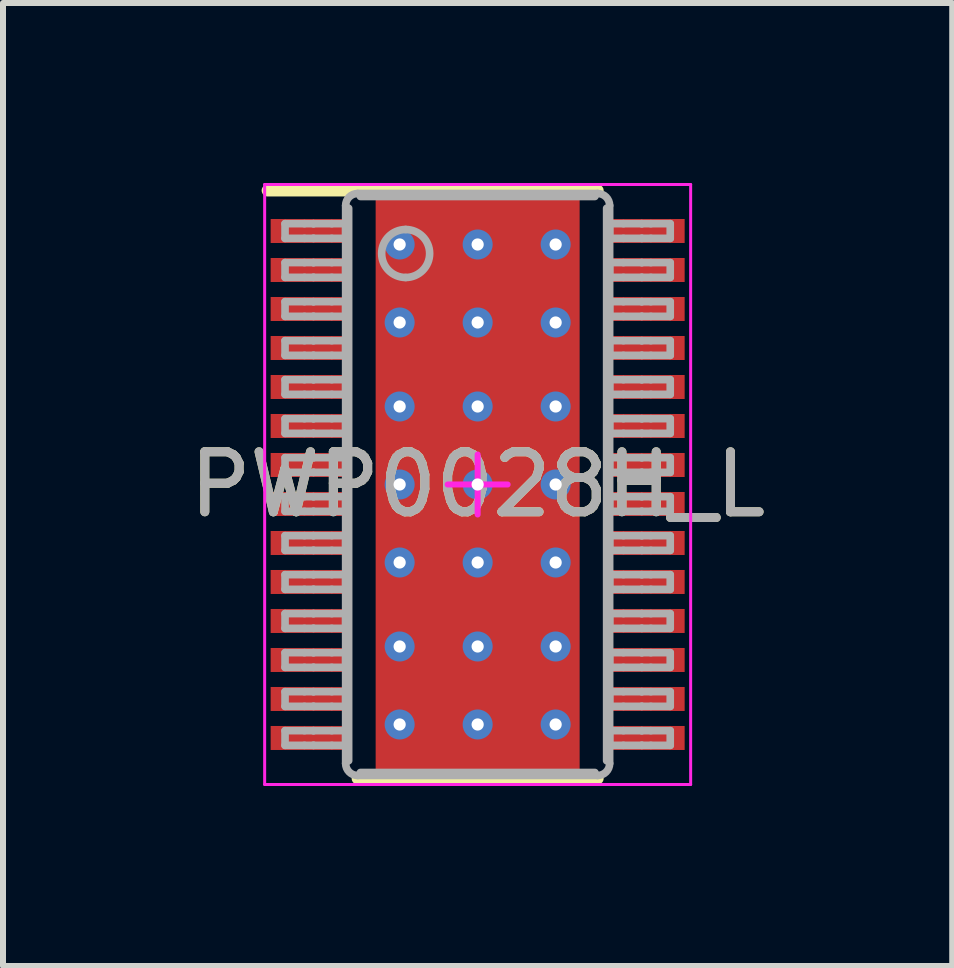
<source format=kicad_pcb>
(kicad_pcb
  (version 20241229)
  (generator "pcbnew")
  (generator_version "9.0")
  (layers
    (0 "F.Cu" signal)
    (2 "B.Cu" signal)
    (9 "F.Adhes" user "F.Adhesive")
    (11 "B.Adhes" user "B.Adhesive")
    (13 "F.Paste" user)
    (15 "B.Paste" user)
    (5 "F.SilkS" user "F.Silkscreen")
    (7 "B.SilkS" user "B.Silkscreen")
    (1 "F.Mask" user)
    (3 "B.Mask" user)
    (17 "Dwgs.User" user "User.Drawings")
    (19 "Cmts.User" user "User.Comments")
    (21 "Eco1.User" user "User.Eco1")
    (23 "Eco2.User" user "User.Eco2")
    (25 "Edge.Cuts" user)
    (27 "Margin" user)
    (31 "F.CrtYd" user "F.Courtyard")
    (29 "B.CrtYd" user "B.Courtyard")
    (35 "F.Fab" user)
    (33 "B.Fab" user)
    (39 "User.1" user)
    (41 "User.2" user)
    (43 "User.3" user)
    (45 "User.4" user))
  (footprint "PWP0028H_L"
    (layer "F.Cu")
    (at 4.911 5.025)
    (property "Reference" "PWP0028H_L" (at 0 0 0) (unlocked yes) (layer "F.SilkS") (effects (font (size 1 1) (thickness 0.15))))
    (attr smd)
    (fp_poly (pts (xy -1.17 1.473) (xy -1.17 -1.473) (xy -1.169 -1.482) (xy -1.166 -1.491) (xy -1.162 -1.499) (xy -1.156 -1.506) (xy -1.149 -1.512) (xy -1.141 -1.516) (xy -1.132 -1.519) (xy -1.123 -1.52) (xy 1.123 -1.52) (xy 1.132 -1.519) (xy 1.141 -1.516) (xy 1.149 -1.512) (xy 1.156 -1.506) (xy 1.162 -1.499) (xy 1.166 -1.491) (xy 1.169 -1.482) (xy 1.17 -1.473) (xy 1.17 1.473) (xy 1.169 1.482) (xy 1.166 1.491) (xy 1.162 1.499) (xy 1.156 1.506) (xy 1.149 1.512) (xy 1.141 1.516) (xy 1.132 1.519) (xy 1.123 1.52) (xy -1.123 1.52) (xy -1.132 1.519) (xy -1.141 1.516) (xy -1.149 1.512) (xy -1.156 1.506) (xy -1.162 1.499) (xy -1.166 1.491) (xy -1.169 1.482)) (stroke (width 0) (type solid)) (fill yes) (layer "F.Mask"))
    (fp_line (start -3.5 -4.9) (end 2 -4.9) (stroke (width 0.2) (type solid)) (layer "F.SilkS"))
    (fp_line (start -2 4.9) (end 2 4.9) (stroke (width 0.2) (type solid)) (layer "F.SilkS"))
    (fp_poly (pts (xy -1.17 1.473) (xy -1.17 -1.473) (xy -1.169 -1.482) (xy -1.166 -1.491) (xy -1.162 -1.499) (xy -1.156 -1.506) (xy -1.149 -1.512) (xy -1.141 -1.516) (xy -1.132 -1.519) (xy -1.123 -1.52) (xy 1.123 -1.52) (xy 1.132 -1.519) (xy 1.141 -1.516) (xy 1.149 -1.512) (xy 1.156 -1.506) (xy 1.162 -1.499) (xy 1.166 -1.491) (xy 1.169 -1.482) (xy 1.17 -1.473) (xy 1.17 1.473) (xy 1.169 1.482) (xy 1.166 1.491) (xy 1.162 1.499) (xy 1.156 1.506) (xy 1.149 1.512) (xy 1.141 1.516) (xy 1.132 1.519) (xy 1.123 1.52) (xy -1.123 1.52) (xy -1.132 1.519) (xy -1.141 1.516) (xy -1.149 1.512) (xy -1.156 1.506) (xy -1.162 1.499) (xy -1.166 1.491) (xy -1.169 1.482)) (stroke (width 0) (type solid)) (fill yes) (layer "F.Paste"))
    (fp_line (start -3.55 -5) (end 3.55 -5) (stroke (width 0.05) (type solid)) (layer "F.CrtYd"))
    (fp_line (start -3.55 5) (end -3.55 -5) (stroke (width 0.05) (type solid)) (layer "F.CrtYd"))
    (fp_line (start -3.55 5) (end 3.55 5) (stroke (width 0.05) (type solid)) (layer "F.CrtYd"))
    (fp_line (start -0.5 0) (end 0.5 0) (stroke (width 0.1) (type solid)) (layer "F.CrtYd"))
    (fp_line (start -0.000003 0.5) (end -0.000003 -0.5) (stroke (width 0.1) (type solid)) (layer "F.CrtYd"))
    (fp_line (start 3.55 5) (end 3.55 -5) (stroke (width 0.05) (type solid)) (layer "F.CrtYd"))
    (fp_line (start -3.21 -4.347) (end -2.887 -4.347) (stroke (width 0.127) (type solid)) (layer "F.Fab"))
    (fp_line (start -3.21 -4.102) (end -3.21 -4.347) (stroke (width 0.127) (type solid)) (layer "F.Fab"))
    (fp_line (start -3.21 -4.102) (end -2.887 -4.102) (stroke (width 0.127) (type solid)) (layer "F.Fab"))
    (fp_line (start -3.21 -3.698) (end -2.887 -3.698) (stroke (width 0.127) (type solid)) (layer "F.Fab"))
    (fp_line (start -3.21 -3.452) (end -3.21 -3.698) (stroke (width 0.127) (type solid)) (layer "F.Fab"))
    (fp_line (start -3.21 -3.452) (end -2.887 -3.452) (stroke (width 0.127) (type solid)) (layer "F.Fab"))
    (fp_line (start -3.21 -3.047) (end -2.887 -3.047) (stroke (width 0.127) (type solid)) (layer "F.Fab"))
    (fp_line (start -3.21 -2.802) (end -3.21 -3.047) (stroke (width 0.127) (type solid)) (layer "F.Fab"))
    (fp_line (start -3.21 -2.802) (end -2.887 -2.802) (stroke (width 0.127) (type solid)) (layer "F.Fab"))
    (fp_line (start -3.21 -2.397) (end -2.887 -2.397) (stroke (width 0.127) (type solid)) (layer "F.Fab"))
    (fp_line (start -3.21 -2.152) (end -3.21 -2.397) (stroke (width 0.127) (type solid)) (layer "F.Fab"))
    (fp_line (start -3.21 -2.152) (end -2.887 -2.152) (stroke (width 0.127) (type solid)) (layer "F.Fab"))
    (fp_line (start -3.21 -1.747) (end -2.887 -1.747) (stroke (width 0.127) (type solid)) (layer "F.Fab"))
    (fp_line (start -3.21 -1.502) (end -3.21 -1.747) (stroke (width 0.127) (type solid)) (layer "F.Fab"))
    (fp_line (start -3.21 -1.502) (end -2.887 -1.502) (stroke (width 0.127) (type solid)) (layer "F.Fab"))
    (fp_line (start -3.21 -1.097) (end -2.887 -1.097) (stroke (width 0.127) (type solid)) (layer "F.Fab"))
    (fp_line (start -3.21 -0.852) (end -3.21 -1.097) (stroke (width 0.127) (type solid)) (layer "F.Fab"))
    (fp_line (start -3.21 -0.852) (end -2.887 -0.852) (stroke (width 0.127) (type solid)) (layer "F.Fab"))
    (fp_line (start -3.21 -0.447) (end -2.887 -0.447) (stroke (width 0.127) (type solid)) (layer "F.Fab"))
    (fp_line (start -3.21 -0.202) (end -3.21 -0.447) (stroke (width 0.127) (type solid)) (layer "F.Fab"))
    (fp_line (start -3.21 -0.202) (end -2.887 -0.202) (stroke (width 0.127) (type solid)) (layer "F.Fab"))
    (fp_line (start -3.21 0.203) (end -2.887 0.203) (stroke (width 0.127) (type solid)) (layer "F.Fab"))
    (fp_line (start -3.21 0.448) (end -3.21 0.203) (stroke (width 0.127) (type solid)) (layer "F.Fab"))
    (fp_line (start -3.21 0.448) (end -2.887 0.448) (stroke (width 0.127) (type solid)) (layer "F.Fab"))
    (fp_line (start -3.21 0.853) (end -2.887 0.853) (stroke (width 0.127) (type solid)) (layer "F.Fab"))
    (fp_line (start -3.21 1.098) (end -3.21 0.853) (stroke (width 0.127) (type solid)) (layer "F.Fab"))
    (fp_line (start -3.21 1.098) (end -2.887 1.098) (stroke (width 0.127) (type solid)) (layer "F.Fab"))
    (fp_line (start -3.21 1.503) (end -2.887 1.503) (stroke (width 0.127) (type solid)) (layer "F.Fab"))
    (fp_line (start -3.21 1.748) (end -3.21 1.503) (stroke (width 0.127) (type solid)) (layer "F.Fab"))
    (fp_line (start -3.21 1.748) (end -2.887 1.748) (stroke (width 0.127) (type solid)) (layer "F.Fab"))
    (fp_line (start -3.21 2.152) (end -2.887 2.152) (stroke (width 0.127) (type solid)) (layer "F.Fab"))
    (fp_line (start -3.21 2.398) (end -3.21 2.152) (stroke (width 0.127) (type solid)) (layer "F.Fab"))
    (fp_line (start -3.21 2.398) (end -2.887 2.398) (stroke (width 0.127) (type solid)) (layer "F.Fab"))
    (fp_line (start -3.21 2.803) (end -2.887 2.803) (stroke (width 0.127) (type solid)) (layer "F.Fab"))
    (fp_line (start -3.21 3.048) (end -3.21 2.803) (stroke (width 0.127) (type solid)) (layer "F.Fab"))
    (fp_line (start -3.21 3.048) (end -2.887 3.048) (stroke (width 0.127) (type solid)) (layer "F.Fab"))
    (fp_line (start -3.21 3.453) (end -2.887 3.453) (stroke (width 0.127) (type solid)) (layer "F.Fab"))
    (fp_line (start -3.21 3.698) (end -3.21 3.453) (stroke (width 0.127) (type solid)) (layer "F.Fab"))
    (fp_line (start -3.21 3.698) (end -2.887 3.698) (stroke (width 0.127) (type solid)) (layer "F.Fab"))
    (fp_line (start -3.21 4.103) (end -2.887 4.103) (stroke (width 0.127) (type solid)) (layer "F.Fab"))
    (fp_line (start -3.21 4.348) (end -3.21 4.103) (stroke (width 0.127) (type solid)) (layer "F.Fab"))
    (fp_line (start -3.21 4.348) (end -2.887 4.348) (stroke (width 0.127) (type solid)) (layer "F.Fab"))
    (fp_line (start -2.887 -4.347) (end -2.739 -4.347) (stroke (width 0.127) (type solid)) (layer "F.Fab"))
    (fp_line (start -2.887 -4.102) (end -2.739 -4.102) (stroke (width 0.127) (type solid)) (layer "F.Fab"))
    (fp_line (start -2.887 -3.698) (end -2.739 -3.698) (stroke (width 0.127) (type solid)) (layer "F.Fab"))
    (fp_line (start -2.887 -3.452) (end -2.739 -3.452) (stroke (width 0.127) (type solid)) (layer "F.Fab"))
    (fp_line (start -2.887 -3.047) (end -2.739 -3.047) (stroke (width 0.127) (type solid)) (layer "F.Fab"))
    (fp_line (start -2.887 -2.802) (end -2.739 -2.802) (stroke (width 0.127) (type solid)) (layer "F.Fab"))
    (fp_line (start -2.887 -2.397) (end -2.739 -2.397) (stroke (width 0.127) (type solid)) (layer "F.Fab"))
    (fp_line (start -2.887 -2.152) (end -2.739 -2.152) (stroke (width 0.127) (type solid)) (layer "F.Fab"))
    (fp_line (start -2.887 -1.747) (end -2.739 -1.747) (stroke (width 0.127) (type solid)) (layer "F.Fab"))
    (fp_line (start -2.887 -1.502) (end -2.739 -1.502) (stroke (width 0.127) (type solid)) (layer "F.Fab"))
    (fp_line (start -2.887 -1.097) (end -2.739 -1.097) (stroke (width 0.127) (type solid)) (layer "F.Fab"))
    (fp_line (start -2.887 -0.852) (end -2.739 -0.852) (stroke (width 0.127) (type solid)) (layer "F.Fab"))
    (fp_line (start -2.887 -0.447) (end -2.739 -0.447) (stroke (width 0.127) (type solid)) (layer "F.Fab"))
    (fp_line (start -2.887 -0.202) (end -2.739 -0.202) (stroke (width 0.127) (type solid)) (layer "F.Fab"))
    (fp_line (start -2.887 0.203) (end -2.739 0.203) (stroke (width 0.127) (type solid)) (layer "F.Fab"))
    (fp_line (start -2.887 0.448) (end -2.739 0.448) (stroke (width 0.127) (type solid)) (layer "F.Fab"))
    (fp_line (start -2.887 0.853) (end -2.739 0.853) (stroke (width 0.127) (type solid)) (layer "F.Fab"))
    (fp_line (start -2.887 1.098) (end -2.739 1.098) (stroke (width 0.127) (type solid)) (layer "F.Fab"))
    (fp_line (start -2.887 1.503) (end -2.739 1.503) (stroke (width 0.127) (type solid)) (layer "F.Fab"))
    (fp_line (start -2.887 1.748) (end -2.739 1.748) (stroke (width 0.127) (type solid)) (layer "F.Fab"))
    (fp_line (start -2.887 2.152) (end -2.739 2.152) (stroke (width 0.127) (type solid)) (layer "F.Fab"))
    (fp_line (start -2.887 2.398) (end -2.739 2.398) (stroke (width 0.127) (type solid)) (layer "F.Fab"))
    (fp_line (start -2.887 2.803) (end -2.739 2.803) (stroke (width 0.127) (type solid)) (layer "F.Fab"))
    (fp_line (start -2.887 3.048) (end -2.739 3.048) (stroke (width 0.127) (type solid)) (layer "F.Fab"))
    (fp_line (start -2.887 3.453) (end -2.739 3.453) (stroke (width 0.127) (type solid)) (layer "F.Fab"))
    (fp_line (start -2.887 3.698) (end -2.739 3.698) (stroke (width 0.127) (type solid)) (layer "F.Fab"))
    (fp_line (start -2.887 4.103) (end -2.739 4.103) (stroke (width 0.127) (type solid)) (layer "F.Fab"))
    (fp_line (start -2.887 4.348) (end -2.739 4.348) (stroke (width 0.127) (type solid)) (layer "F.Fab"))
    (fp_line (start -2.739 -4.347) (end -2.733 -4.347) (stroke (width 0.127) (type solid)) (layer "F.Fab"))
    (fp_line (start -2.739 -4.102) (end -2.733 -4.102) (stroke (width 0.127) (type solid)) (layer "F.Fab"))
    (fp_line (start -2.739 -3.698) (end -2.733 -3.698) (stroke (width 0.127) (type solid)) (layer "F.Fab"))
    (fp_line (start -2.739 -3.452) (end -2.733 -3.452) (stroke (width 0.127) (type solid)) (layer "F.Fab"))
    (fp_line (start -2.739 -3.047) (end -2.733 -3.047) (stroke (width 0.127) (type solid)) (layer "F.Fab"))
    (fp_line (start -2.739 -2.802) (end -2.733 -2.802) (stroke (width 0.127) (type solid)) (layer "F.Fab"))
    (fp_line (start -2.739 -2.397) (end -2.733 -2.397) (stroke (width 0.127) (type solid)) (layer "F.Fab"))
    (fp_line (start -2.739 -2.152) (end -2.733 -2.152) (stroke (width 0.127) (type solid)) (layer "F.Fab"))
    (fp_line (start -2.739 -1.747) (end -2.733 -1.747) (stroke (width 0.127) (type solid)) (layer "F.Fab"))
    (fp_line (start -2.739 -1.502) (end -2.733 -1.502) (stroke (width 0.127) (type solid)) (layer "F.Fab"))
    (fp_line (start -2.739 -1.097) (end -2.733 -1.097) (stroke (width 0.127) (type solid)) (layer "F.Fab"))
    (fp_line (start -2.739 -0.852) (end -2.733 -0.852) (stroke (width 0.127) (type solid)) (layer "F.Fab"))
    (fp_line (start -2.739 -0.447) (end -2.733 -0.447) (stroke (width 0.127) (type solid)) (layer "F.Fab"))
    (fp_line (start -2.739 -0.202) (end -2.733 -0.202) (stroke (width 0.127) (type solid)) (layer "F.Fab"))
    (fp_line (start -2.739 0.203) (end -2.733 0.203) (stroke (width 0.127) (type solid)) (layer "F.Fab"))
    (fp_line (start -2.739 0.448) (end -2.733 0.448) (stroke (width 0.127) (type solid)) (layer "F.Fab"))
    (fp_line (start -2.739 0.853) (end -2.733 0.853) (stroke (width 0.127) (type solid)) (layer "F.Fab"))
    (fp_line (start -2.739 1.098) (end -2.733 1.098) (stroke (width 0.127) (type solid)) (layer "F.Fab"))
    (fp_line (start -2.739 1.503) (end -2.733 1.503) (stroke (width 0.127) (type solid)) (layer "F.Fab"))
    (fp_line (start -2.739 1.748) (end -2.733 1.748) (stroke (width 0.127) (type solid)) (layer "F.Fab"))
    (fp_line (start -2.739 2.152) (end -2.733 2.152) (stroke (width 0.127) (type solid)) (layer "F.Fab"))
    (fp_line (start -2.739 2.398) (end -2.733 2.398) (stroke (width 0.127) (type solid)) (layer "F.Fab"))
    (fp_line (start -2.739 2.803) (end -2.733 2.803) (stroke (width 0.127) (type solid)) (layer "F.Fab"))
    (fp_line (start -2.739 3.048) (end -2.733 3.048) (stroke (width 0.127) (type solid)) (layer "F.Fab"))
    (fp_line (start -2.739 3.453) (end -2.733 3.453) (stroke (width 0.127) (type solid)) (layer "F.Fab"))
    (fp_line (start -2.739 3.698) (end -2.733 3.698) (stroke (width 0.127) (type solid)) (layer "F.Fab"))
    (fp_line (start -2.739 4.103) (end -2.733 4.103) (stroke (width 0.127) (type solid)) (layer "F.Fab"))
    (fp_line (start -2.739 4.348) (end -2.733 4.348) (stroke (width 0.127) (type solid)) (layer "F.Fab"))
    (fp_line (start -2.733 -4.347) (end -2.431 -4.347) (stroke (width 0.127) (type solid)) (layer "F.Fab"))
    (fp_line (start -2.733 -4.102) (end -2.431 -4.102) (stroke (width 0.127) (type solid)) (layer "F.Fab"))
    (fp_line (start -2.733 -3.698) (end -2.431 -3.698) (stroke (width 0.127) (type solid)) (layer "F.Fab"))
    (fp_line (start -2.733 -3.452) (end -2.431 -3.452) (stroke (width 0.127) (type solid)) (layer "F.Fab"))
    (fp_line (start -2.733 -3.047) (end -2.431 -3.047) (stroke (width 0.127) (type solid)) (layer "F.Fab"))
    (fp_line (start -2.733 -2.802) (end -2.431 -2.802) (stroke (width 0.127) (type solid)) (layer "F.Fab"))
    (fp_line (start -2.733 -2.397) (end -2.431 -2.397) (stroke (width 0.127) (type solid)) (layer "F.Fab"))
    (fp_line (start -2.733 -2.152) (end -2.431 -2.152) (stroke (width 0.127) (type solid)) (layer "F.Fab"))
    (fp_line (start -2.733 -1.747) (end -2.431 -1.747) (stroke (width 0.127) (type solid)) (layer "F.Fab"))
    (fp_line (start -2.733 -1.502) (end -2.431 -1.502) (stroke (width 0.127) (type solid)) (layer "F.Fab"))
    (fp_line (start -2.733 -1.097) (end -2.431 -1.097) (stroke (width 0.127) (type solid)) (layer "F.Fab"))
    (fp_line (start -2.733 -0.852) (end -2.431 -0.852) (stroke (width 0.127) (type solid)) (layer "F.Fab"))
    (fp_line (start -2.733 -0.447) (end -2.431 -0.447) (stroke (width 0.127) (type solid)) (layer "F.Fab"))
    (fp_line (start -2.733 -0.202) (end -2.431 -0.202) (stroke (width 0.127) (type solid)) (layer "F.Fab"))
    (fp_line (start -2.733 0.203) (end -2.431 0.203) (stroke (width 0.127) (type solid)) (layer "F.Fab"))
    (fp_line (start -2.733 0.448) (end -2.431 0.448) (stroke (width 0.127) (type solid)) (layer "F.Fab"))
    (fp_line (start -2.733 0.853) (end -2.431 0.853) (stroke (width 0.127) (type solid)) (layer "F.Fab"))
    (fp_line (start -2.733 1.098) (end -2.431 1.098) (stroke (width 0.127) (type solid)) (layer "F.Fab"))
    (fp_line (start -2.733 1.503) (end -2.431 1.503) (stroke (width 0.127) (type solid)) (layer "F.Fab"))
    (fp_line (start -2.733 1.748) (end -2.431 1.748) (stroke (width 0.127) (type solid)) (layer "F.Fab"))
    (fp_line (start -2.733 2.152) (end -2.431 2.152) (stroke (width 0.127) (type solid)) (layer "F.Fab"))
    (fp_line (start -2.733 2.398) (end -2.431 2.398) (stroke (width 0.127) (type solid)) (layer "F.Fab"))
    (fp_line (start -2.733 2.803) (end -2.431 2.803) (stroke (width 0.127) (type solid)) (layer "F.Fab"))
    (fp_line (start -2.733 3.048) (end -2.431 3.048) (stroke (width 0.127) (type solid)) (layer "F.Fab"))
    (fp_line (start -2.733 3.453) (end -2.431 3.453) (stroke (width 0.127) (type solid)) (layer "F.Fab"))
    (fp_line (start -2.733 3.698) (end -2.431 3.698) (stroke (width 0.127) (type solid)) (layer "F.Fab"))
    (fp_line (start -2.733 4.103) (end -2.431 4.103) (stroke (width 0.127) (type solid)) (layer "F.Fab"))
    (fp_line (start -2.733 4.348) (end -2.431 4.348) (stroke (width 0.127) (type solid)) (layer "F.Fab"))
    (fp_line (start -2.431 -4.347) (end -2.2 -4.347) (stroke (width 0.127) (type solid)) (layer "F.Fab"))
    (fp_line (start -2.431 -4.102) (end -2.2 -4.102) (stroke (width 0.127) (type solid)) (layer "F.Fab"))
    (fp_line (start -2.431 -3.698) (end -2.2 -3.698) (stroke (width 0.127) (type solid)) (layer "F.Fab"))
    (fp_line (start -2.431 -3.452) (end -2.2 -3.452) (stroke (width 0.127) (type solid)) (layer "F.Fab"))
    (fp_line (start -2.431 -3.047) (end -2.2 -3.047) (stroke (width 0.127) (type solid)) (layer "F.Fab"))
    (fp_line (start -2.431 -2.802) (end -2.2 -2.802) (stroke (width 0.127) (type solid)) (layer "F.Fab"))
    (fp_line (start -2.431 -2.397) (end -2.2 -2.397) (stroke (width 0.127) (type solid)) (layer "F.Fab"))
    (fp_line (start -2.431 -2.152) (end -2.2 -2.152) (stroke (width 0.127) (type solid)) (layer "F.Fab"))
    (fp_line (start -2.431 -1.747) (end -2.2 -1.747) (stroke (width 0.127) (type solid)) (layer "F.Fab"))
    (fp_line (start -2.431 -1.502) (end -2.2 -1.502) (stroke (width 0.127) (type solid)) (layer "F.Fab"))
    (fp_line (start -2.431 -1.097) (end -2.2 -1.097) (stroke (width 0.127) (type solid)) (layer "F.Fab"))
    (fp_line (start -2.431 -0.852) (end -2.2 -0.852) (stroke (width 0.127) (type solid)) (layer "F.Fab"))
    (fp_line (start -2.431 -0.447) (end -2.2 -0.447) (stroke (width 0.127) (type solid)) (layer "F.Fab"))
    (fp_line (start -2.431 -0.202) (end -2.2 -0.202) (stroke (width 0.127) (type solid)) (layer "F.Fab"))
    (fp_line (start -2.431 0.203) (end -2.2 0.203) (stroke (width 0.127) (type solid)) (layer "F.Fab"))
    (fp_line (start -2.431 0.448) (end -2.2 0.448) (stroke (width 0.127) (type solid)) (layer "F.Fab"))
    (fp_line (start -2.431 0.853) (end -2.2 0.853) (stroke (width 0.127) (type solid)) (layer "F.Fab"))
    (fp_line (start -2.431 1.098) (end -2.2 1.098) (stroke (width 0.127) (type solid)) (layer "F.Fab"))
    (fp_line (start -2.431 1.503) (end -2.2 1.503) (stroke (width 0.127) (type solid)) (layer "F.Fab"))
    (fp_line (start -2.431 1.748) (end -2.2 1.748) (stroke (width 0.127) (type solid)) (layer "F.Fab"))
    (fp_line (start -2.431 2.152) (end -2.2 2.152) (stroke (width 0.127) (type solid)) (layer "F.Fab"))
    (fp_line (start -2.431 2.398) (end -2.2 2.398) (stroke (width 0.127) (type solid)) (layer "F.Fab"))
    (fp_line (start -2.431 2.803) (end -2.2 2.803) (stroke (width 0.127) (type solid)) (layer "F.Fab"))
    (fp_line (start -2.431 3.048) (end -2.2 3.048) (stroke (width 0.127) (type solid)) (layer "F.Fab"))
    (fp_line (start -2.431 3.453) (end -2.2 3.453) (stroke (width 0.127) (type solid)) (layer "F.Fab"))
    (fp_line (start -2.431 3.698) (end -2.2 3.698) (stroke (width 0.127) (type solid)) (layer "F.Fab"))
    (fp_line (start -2.431 4.103) (end -2.2 4.103) (stroke (width 0.127) (type solid)) (layer "F.Fab"))
    (fp_line (start -2.431 4.348) (end -2.2 4.348) (stroke (width 0.127) (type solid)) (layer "F.Fab"))
    (fp_line (start -2.2 -4.102) (end -2.2 -4.347) (stroke (width 0.127) (type solid)) (layer "F.Fab"))
    (fp_line (start -2.2 -3.452) (end -2.2 -3.698) (stroke (width 0.127) (type solid)) (layer "F.Fab"))
    (fp_line (start -2.2 -2.802) (end -2.2 -3.047) (stroke (width 0.127) (type solid)) (layer "F.Fab"))
    (fp_line (start -2.2 -2.152) (end -2.2 -2.397) (stroke (width 0.127) (type solid)) (layer "F.Fab"))
    (fp_line (start -2.2 -1.502) (end -2.2 -1.747) (stroke (width 0.127) (type solid)) (layer "F.Fab"))
    (fp_line (start -2.2 -0.852) (end -2.2 -1.097) (stroke (width 0.127) (type solid)) (layer "F.Fab"))
    (fp_line (start -2.2 -0.202) (end -2.2 -0.447) (stroke (width 0.127) (type solid)) (layer "F.Fab"))
    (fp_line (start -2.2 0.448) (end -2.2 0.203) (stroke (width 0.127) (type solid)) (layer "F.Fab"))
    (fp_line (start -2.2 1.098) (end -2.2 0.853) (stroke (width 0.127) (type solid)) (layer "F.Fab"))
    (fp_line (start -2.2 1.748) (end -2.2 1.503) (stroke (width 0.127) (type solid)) (layer "F.Fab"))
    (fp_line (start -2.2 2.398) (end -2.2 2.152) (stroke (width 0.127) (type solid)) (layer "F.Fab"))
    (fp_line (start -2.2 3.048) (end -2.2 2.803) (stroke (width 0.127) (type solid)) (layer "F.Fab"))
    (fp_line (start -2.2 3.698) (end -2.2 3.453) (stroke (width 0.127) (type solid)) (layer "F.Fab"))
    (fp_line (start -2.2 4.348) (end -2.2 4.103) (stroke (width 0.127) (type solid)) (layer "F.Fab"))
    (fp_line (start -2.2 4.65) (end -2.2 -4.65) (stroke (width 0.127) (type solid)) (layer "F.Fab"))
    (fp_line (start -2.15 4.604) (end -2.15 -4.604) (stroke (width 0.127) (type solid)) (layer "F.Fab"))
    (fp_line (start -2 -4.85) (end 2 -4.85) (stroke (width 0.127) (type solid)) (layer "F.Fab"))
    (fp_line (start -2 4.85) (end 2 4.85) (stroke (width 0.127) (type solid)) (layer "F.Fab"))
    (fp_line (start -1.954 -4.8) (end 1.954 -4.8) (stroke (width 0.127) (type solid)) (layer "F.Fab"))
    (fp_line (start -1.954 4.8) (end 1.954 4.8) (stroke (width 0.127) (type solid)) (layer "F.Fab"))
    (fp_line (start 2.15 4.604) (end 2.15 -4.604) (stroke (width 0.127) (type solid)) (layer "F.Fab"))
    (fp_line (start 2.2 -4.347) (end 2.43 -4.347) (stroke (width 0.127) (type solid)) (layer "F.Fab"))
    (fp_line (start 2.2 -4.102) (end 2.2 -4.347) (stroke (width 0.127) (type solid)) (layer "F.Fab"))
    (fp_line (start 2.2 -4.102) (end 2.43 -4.102) (stroke (width 0.127) (type solid)) (layer "F.Fab"))
    (fp_line (start 2.2 -3.698) (end 2.43 -3.698) (stroke (width 0.127) (type solid)) (layer "F.Fab"))
    (fp_line (start 2.2 -3.452) (end 2.2 -3.698) (stroke (width 0.127) (type solid)) (layer "F.Fab"))
    (fp_line (start 2.2 -3.452) (end 2.43 -3.452) (stroke (width 0.127) (type solid)) (layer "F.Fab"))
    (fp_line (start 2.2 -3.047) (end 2.43 -3.047) (stroke (width 0.127) (type solid)) (layer "F.Fab"))
    (fp_line (start 2.2 -2.802) (end 2.2 -3.047) (stroke (width 0.127) (type solid)) (layer "F.Fab"))
    (fp_line (start 2.2 -2.802) (end 2.43 -2.802) (stroke (width 0.127) (type solid)) (layer "F.Fab"))
    (fp_line (start 2.2 -2.397) (end 2.43 -2.397) (stroke (width 0.127) (type solid)) (layer "F.Fab"))
    (fp_line (start 2.2 -2.152) (end 2.2 -2.397) (stroke (width 0.127) (type solid)) (layer "F.Fab"))
    (fp_line (start 2.2 -2.152) (end 2.43 -2.152) (stroke (width 0.127) (type solid)) (layer "F.Fab"))
    (fp_line (start 2.2 -1.747) (end 2.43 -1.747) (stroke (width 0.127) (type solid)) (layer "F.Fab"))
    (fp_line (start 2.2 -1.502) (end 2.2 -1.747) (stroke (width 0.127) (type solid)) (layer "F.Fab"))
    (fp_line (start 2.2 -1.502) (end 2.43 -1.502) (stroke (width 0.127) (type solid)) (layer "F.Fab"))
    (fp_line (start 2.2 -1.097) (end 2.43 -1.097) (stroke (width 0.127) (type solid)) (layer "F.Fab"))
    (fp_line (start 2.2 -0.852) (end 2.2 -1.097) (stroke (width 0.127) (type solid)) (layer "F.Fab"))
    (fp_line (start 2.2 -0.852) (end 2.43 -0.852) (stroke (width 0.127) (type solid)) (layer "F.Fab"))
    (fp_line (start 2.2 -0.447) (end 2.43 -0.447) (stroke (width 0.127) (type solid)) (layer "F.Fab"))
    (fp_line (start 2.2 -0.202) (end 2.2 -0.447) (stroke (width 0.127) (type solid)) (layer "F.Fab"))
    (fp_line (start 2.2 -0.202) (end 2.43 -0.202) (stroke (width 0.127) (type solid)) (layer "F.Fab"))
    (fp_line (start 2.2 0.203) (end 2.43 0.203) (stroke (width 0.127) (type solid)) (layer "F.Fab"))
    (fp_line (start 2.2 0.448) (end 2.2 0.203) (stroke (width 0.127) (type solid)) (layer "F.Fab"))
    (fp_line (start 2.2 0.448) (end 2.43 0.448) (stroke (width 0.127) (type solid)) (layer "F.Fab"))
    (fp_line (start 2.2 0.853) (end 2.43 0.853) (stroke (width 0.127) (type solid)) (layer "F.Fab"))
    (fp_line (start 2.2 1.098) (end 2.2 0.853) (stroke (width 0.127) (type solid)) (layer "F.Fab"))
    (fp_line (start 2.2 1.098) (end 2.43 1.098) (stroke (width 0.127) (type solid)) (layer "F.Fab"))
    (fp_line (start 2.2 1.503) (end 2.43 1.503) (stroke (width 0.127) (type solid)) (layer "F.Fab"))
    (fp_line (start 2.2 1.748) (end 2.2 1.503) (stroke (width 0.127) (type solid)) (layer "F.Fab"))
    (fp_line (start 2.2 1.748) (end 2.43 1.748) (stroke (width 0.127) (type solid)) (layer "F.Fab"))
    (fp_line (start 2.2 2.152) (end 2.43 2.152) (stroke (width 0.127) (type solid)) (layer "F.Fab"))
    (fp_line (start 2.2 2.398) (end 2.2 2.152) (stroke (width 0.127) (type solid)) (layer "F.Fab"))
    (fp_line (start 2.2 2.398) (end 2.43 2.398) (stroke (width 0.127) (type solid)) (layer "F.Fab"))
    (fp_line (start 2.2 2.803) (end 2.43 2.803) (stroke (width 0.127) (type solid)) (layer "F.Fab"))
    (fp_line (start 2.2 3.048) (end 2.2 2.803) (stroke (width 0.127) (type solid)) (layer "F.Fab"))
    (fp_line (start 2.2 3.048) (end 2.43 3.048) (stroke (width 0.127) (type solid)) (layer "F.Fab"))
    (fp_line (start 2.2 3.453) (end 2.43 3.453) (stroke (width 0.127) (type solid)) (layer "F.Fab"))
    (fp_line (start 2.2 3.698) (end 2.2 3.453) (stroke (width 0.127) (type solid)) (layer "F.Fab"))
    (fp_line (start 2.2 3.698) (end 2.43 3.698) (stroke (width 0.127) (type solid)) (layer "F.Fab"))
    (fp_line (start 2.2 4.103) (end 2.43 4.103) (stroke (width 0.127) (type solid)) (layer "F.Fab"))
    (fp_line (start 2.2 4.348) (end 2.2 4.103) (stroke (width 0.127) (type solid)) (layer "F.Fab"))
    (fp_line (start 2.2 4.348) (end 2.43 4.348) (stroke (width 0.127) (type solid)) (layer "F.Fab"))
    (fp_line (start 2.2 4.65) (end 2.2 -4.65) (stroke (width 0.127) (type solid)) (layer "F.Fab"))
    (fp_line (start 2.43 -4.347) (end 2.733 -4.347) (stroke (width 0.127) (type solid)) (layer "F.Fab"))
    (fp_line (start 2.43 -4.102) (end 2.733 -4.102) (stroke (width 0.127) (type solid)) (layer "F.Fab"))
    (fp_line (start 2.43 -3.698) (end 2.733 -3.698) (stroke (width 0.127) (type solid)) (layer "F.Fab"))
    (fp_line (start 2.43 -3.452) (end 2.733 -3.452) (stroke (width 0.127) (type solid)) (layer "F.Fab"))
    (fp_line (start 2.43 -3.047) (end 2.733 -3.047) (stroke (width 0.127) (type solid)) (layer "F.Fab"))
    (fp_line (start 2.43 -2.802) (end 2.733 -2.802) (stroke (width 0.127) (type solid)) (layer "F.Fab"))
    (fp_line (start 2.43 -2.397) (end 2.733 -2.397) (stroke (width 0.127) (type solid)) (layer "F.Fab"))
    (fp_line (start 2.43 -2.152) (end 2.733 -2.152) (stroke (width 0.127) (type solid)) (layer "F.Fab"))
    (fp_line (start 2.43 -1.747) (end 2.733 -1.747) (stroke (width 0.127) (type solid)) (layer "F.Fab"))
    (fp_line (start 2.43 -1.502) (end 2.733 -1.502) (stroke (width 0.127) (type solid)) (layer "F.Fab"))
    (fp_line (start 2.43 -1.097) (end 2.733 -1.097) (stroke (width 0.127) (type solid)) (layer "F.Fab"))
    (fp_line (start 2.43 -0.852) (end 2.733 -0.852) (stroke (width 0.127) (type solid)) (layer "F.Fab"))
    (fp_line (start 2.43 -0.447) (end 2.733 -0.447) (stroke (width 0.127) (type solid)) (layer "F.Fab"))
    (fp_line (start 2.43 -0.202) (end 2.733 -0.202) (stroke (width 0.127) (type solid)) (layer "F.Fab"))
    (fp_line (start 2.43 0.203) (end 2.733 0.203) (stroke (width 0.127) (type solid)) (layer "F.Fab"))
    (fp_line (start 2.43 0.448) (end 2.733 0.448) (stroke (width 0.127) (type solid)) (layer "F.Fab"))
    (fp_line (start 2.43 0.853) (end 2.733 0.853) (stroke (width 0.127) (type solid)) (layer "F.Fab"))
    (fp_line (start 2.43 1.098) (end 2.733 1.098) (stroke (width 0.127) (type solid)) (layer "F.Fab"))
    (fp_line (start 2.43 1.503) (end 2.733 1.503) (stroke (width 0.127) (type solid)) (layer "F.Fab"))
    (fp_line (start 2.43 1.748) (end 2.733 1.748) (stroke (width 0.127) (type solid)) (layer "F.Fab"))
    (fp_line (start 2.43 2.152) (end 2.733 2.152) (stroke (width 0.127) (type solid)) (layer "F.Fab"))
    (fp_line (start 2.43 2.398) (end 2.733 2.398) (stroke (width 0.127) (type solid)) (layer "F.Fab"))
    (fp_line (start 2.43 2.803) (end 2.733 2.803) (stroke (width 0.127) (type solid)) (layer "F.Fab"))
    (fp_line (start 2.43 3.048) (end 2.733 3.048) (stroke (width 0.127) (type solid)) (layer "F.Fab"))
    (fp_line (start 2.43 3.453) (end 2.733 3.453) (stroke (width 0.127) (type solid)) (layer "F.Fab"))
    (fp_line (start 2.43 3.698) (end 2.733 3.698) (stroke (width 0.127) (type solid)) (layer "F.Fab"))
    (fp_line (start 2.43 4.103) (end 2.733 4.103) (stroke (width 0.127) (type solid)) (layer "F.Fab"))
    (fp_line (start 2.43 4.348) (end 2.733 4.348) (stroke (width 0.127) (type solid)) (layer "F.Fab"))
    (fp_line (start 2.733 -4.347) (end 2.739 -4.347) (stroke (width 0.127) (type solid)) (layer "F.Fab"))
    (fp_line (start 2.733 -4.102) (end 2.739 -4.102) (stroke (width 0.127) (type solid)) (layer "F.Fab"))
    (fp_line (start 2.733 -3.698) (end 2.739 -3.698) (stroke (width 0.127) (type solid)) (layer "F.Fab"))
    (fp_line (start 2.733 -3.452) (end 2.739 -3.452) (stroke (width 0.127) (type solid)) (layer "F.Fab"))
    (fp_line (start 2.733 -3.047) (end 2.739 -3.047) (stroke (width 0.127) (type solid)) (layer "F.Fab"))
    (fp_line (start 2.733 -2.802) (end 2.739 -2.802) (stroke (width 0.127) (type solid)) (layer "F.Fab"))
    (fp_line (start 2.733 -2.397) (end 2.739 -2.397) (stroke (width 0.127) (type solid)) (layer "F.Fab"))
    (fp_line (start 2.733 -2.152) (end 2.739 -2.152) (stroke (width 0.127) (type solid)) (layer "F.Fab"))
    (fp_line (start 2.733 -1.747) (end 2.739 -1.747) (stroke (width 0.127) (type solid)) (layer "F.Fab"))
    (fp_line (start 2.733 -1.502) (end 2.739 -1.502) (stroke (width 0.127) (type solid)) (layer "F.Fab"))
    (fp_line (start 2.733 -1.097) (end 2.739 -1.097) (stroke (width 0.127) (type solid)) (layer "F.Fab"))
    (fp_line (start 2.733 -0.852) (end 2.739 -0.852) (stroke (width 0.127) (type solid)) (layer "F.Fab"))
    (fp_line (start 2.733 -0.447) (end 2.739 -0.447) (stroke (width 0.127) (type solid)) (layer "F.Fab"))
    (fp_line (start 2.733 -0.202) (end 2.739 -0.202) (stroke (width 0.127) (type solid)) (layer "F.Fab"))
    (fp_line (start 2.733 0.203) (end 2.739 0.203) (stroke (width 0.127) (type solid)) (layer "F.Fab"))
    (fp_line (start 2.733 0.448) (end 2.739 0.448) (stroke (width 0.127) (type solid)) (layer "F.Fab"))
    (fp_line (start 2.733 0.853) (end 2.739 0.853) (stroke (width 0.127) (type solid)) (layer "F.Fab"))
    (fp_line (start 2.733 1.098) (end 2.739 1.098) (stroke (width 0.127) (type solid)) (layer "F.Fab"))
    (fp_line (start 2.733 1.503) (end 2.739 1.503) (stroke (width 0.127) (type solid)) (layer "F.Fab"))
    (fp_line (start 2.733 1.748) (end 2.739 1.748) (stroke (width 0.127) (type solid)) (layer "F.Fab"))
    (fp_line (start 2.733 2.152) (end 2.739 2.152) (stroke (width 0.127) (type solid)) (layer "F.Fab"))
    (fp_line (start 2.733 2.398) (end 2.739 2.398) (stroke (width 0.127) (type solid)) (layer "F.Fab"))
    (fp_line (start 2.733 2.803) (end 2.739 2.803) (stroke (width 0.127) (type solid)) (layer "F.Fab"))
    (fp_line (start 2.733 3.048) (end 2.739 3.048) (stroke (width 0.127) (type solid)) (layer "F.Fab"))
    (fp_line (start 2.733 3.453) (end 2.739 3.453) (stroke (width 0.127) (type solid)) (layer "F.Fab"))
    (fp_line (start 2.733 3.698) (end 2.739 3.698) (stroke (width 0.127) (type solid)) (layer "F.Fab"))
    (fp_line (start 2.733 4.103) (end 2.739 4.103) (stroke (width 0.127) (type solid)) (layer "F.Fab"))
    (fp_line (start 2.733 4.348) (end 2.739 4.348) (stroke (width 0.127) (type solid)) (layer "F.Fab"))
    (fp_line (start 2.739 -4.347) (end 2.887 -4.347) (stroke (width 0.127) (type solid)) (layer "F.Fab"))
    (fp_line (start 2.739 -4.102) (end 2.887 -4.102) (stroke (width 0.127) (type solid)) (layer "F.Fab"))
    (fp_line (start 2.739 -3.698) (end 2.887 -3.698) (stroke (width 0.127) (type solid)) (layer "F.Fab"))
    (fp_line (start 2.739 -3.452) (end 2.887 -3.452) (stroke (width 0.127) (type solid)) (layer "F.Fab"))
    (fp_line (start 2.739 -3.047) (end 2.887 -3.047) (stroke (width 0.127) (type solid)) (layer "F.Fab"))
    (fp_line (start 2.739 -2.802) (end 2.887 -2.802) (stroke (width 0.127) (type solid)) (layer "F.Fab"))
    (fp_line (start 2.739 -2.397) (end 2.887 -2.397) (stroke (width 0.127) (type solid)) (layer "F.Fab"))
    (fp_line (start 2.739 -2.152) (end 2.887 -2.152) (stroke (width 0.127) (type solid)) (layer "F.Fab"))
    (fp_line (start 2.739 -1.747) (end 2.887 -1.747) (stroke (width 0.127) (type solid)) (layer "F.Fab"))
    (fp_line (start 2.739 -1.502) (end 2.887 -1.502) (stroke (width 0.127) (type solid)) (layer "F.Fab"))
    (fp_line (start 2.739 -1.097) (end 2.887 -1.097) (stroke (width 0.127) (type solid)) (layer "F.Fab"))
    (fp_line (start 2.739 -0.852) (end 2.887 -0.852) (stroke (width 0.127) (type solid)) (layer "F.Fab"))
    (fp_line (start 2.739 -0.447) (end 2.887 -0.447) (stroke (width 0.127) (type solid)) (layer "F.Fab"))
    (fp_line (start 2.739 -0.202) (end 2.887 -0.202) (stroke (width 0.127) (type solid)) (layer "F.Fab"))
    (fp_line (start 2.739 0.203) (end 2.887 0.203) (stroke (width 0.127) (type solid)) (layer "F.Fab"))
    (fp_line (start 2.739 0.448) (end 2.887 0.448) (stroke (width 0.127) (type solid)) (layer "F.Fab"))
    (fp_line (start 2.739 0.853) (end 2.887 0.853) (stroke (width 0.127) (type solid)) (layer "F.Fab"))
    (fp_line (start 2.739 1.098) (end 2.887 1.098) (stroke (width 0.127) (type solid)) (layer "F.Fab"))
    (fp_line (start 2.739 1.503) (end 2.887 1.503) (stroke (width 0.127) (type solid)) (layer "F.Fab"))
    (fp_line (start 2.739 1.748) (end 2.887 1.748) (stroke (width 0.127) (type solid)) (layer "F.Fab"))
    (fp_line (start 2.739 2.152) (end 2.887 2.152) (stroke (width 0.127) (type solid)) (layer "F.Fab"))
    (fp_line (start 2.739 2.398) (end 2.887 2.398) (stroke (width 0.127) (type solid)) (layer "F.Fab"))
    (fp_line (start 2.739 2.803) (end 2.887 2.803) (stroke (width 0.127) (type solid)) (layer "F.Fab"))
    (fp_line (start 2.739 3.048) (end 2.887 3.048) (stroke (width 0.127) (type solid)) (layer "F.Fab"))
    (fp_line (start 2.739 3.453) (end 2.887 3.453) (stroke (width 0.127) (type solid)) (layer "F.Fab"))
    (fp_line (start 2.739 3.698) (end 2.887 3.698) (stroke (width 0.127) (type solid)) (layer "F.Fab"))
    (fp_line (start 2.739 4.103) (end 2.887 4.103) (stroke (width 0.127) (type solid)) (layer "F.Fab"))
    (fp_line (start 2.739 4.348) (end 2.887 4.348) (stroke (width 0.127) (type solid)) (layer "F.Fab"))
    (fp_line (start 2.887 -4.347) (end 3.21 -4.347) (stroke (width 0.127) (type solid)) (layer "F.Fab"))
    (fp_line (start 2.887 -4.102) (end 3.21 -4.102) (stroke (width 0.127) (type solid)) (layer "F.Fab"))
    (fp_line (start 2.887 -3.698) (end 3.21 -3.698) (stroke (width 0.127) (type solid)) (layer "F.Fab"))
    (fp_line (start 2.887 -3.452) (end 3.21 -3.452) (stroke (width 0.127) (type solid)) (layer "F.Fab"))
    (fp_line (start 2.887 -3.047) (end 3.21 -3.047) (stroke (width 0.127) (type solid)) (layer "F.Fab"))
    (fp_line (start 2.887 -2.802) (end 3.21 -2.802) (stroke (width 0.127) (type solid)) (layer "F.Fab"))
    (fp_line (start 2.887 -2.397) (end 3.21 -2.397) (stroke (width 0.127) (type solid)) (layer "F.Fab"))
    (fp_line (start 2.887 -2.152) (end 3.21 -2.152) (stroke (width 0.127) (type solid)) (layer "F.Fab"))
    (fp_line (start 2.887 -1.747) (end 3.21 -1.747) (stroke (width 0.127) (type solid)) (layer "F.Fab"))
    (fp_line (start 2.887 -1.502) (end 3.21 -1.502) (stroke (width 0.127) (type solid)) (layer "F.Fab"))
    (fp_line (start 2.887 -1.097) (end 3.21 -1.097) (stroke (width 0.127) (type solid)) (layer "F.Fab"))
    (fp_line (start 2.887 -0.852) (end 3.21 -0.852) (stroke (width 0.127) (type solid)) (layer "F.Fab"))
    (fp_line (start 2.887 -0.447) (end 3.21 -0.447) (stroke (width 0.127) (type solid)) (layer "F.Fab"))
    (fp_line (start 2.887 -0.202) (end 3.21 -0.202) (stroke (width 0.127) (type solid)) (layer "F.Fab"))
    (fp_line (start 2.887 0.203) (end 3.21 0.203) (stroke (width 0.127) (type solid)) (layer "F.Fab"))
    (fp_line (start 2.887 0.448) (end 3.21 0.448) (stroke (width 0.127) (type solid)) (layer "F.Fab"))
    (fp_line (start 2.887 0.853) (end 3.21 0.853) (stroke (width 0.127) (type solid)) (layer "F.Fab"))
    (fp_line (start 2.887 1.098) (end 3.21 1.098) (stroke (width 0.127) (type solid)) (layer "F.Fab"))
    (fp_line (start 2.887 1.503) (end 3.21 1.503) (stroke (width 0.127) (type solid)) (layer "F.Fab"))
    (fp_line (start 2.887 1.748) (end 3.21 1.748) (stroke (width 0.127) (type solid)) (layer "F.Fab"))
    (fp_line (start 2.887 2.152) (end 3.21 2.152) (stroke (width 0.127) (type solid)) (layer "F.Fab"))
    (fp_line (start 2.887 2.398) (end 3.21 2.398) (stroke (width 0.127) (type solid)) (layer "F.Fab"))
    (fp_line (start 2.887 2.803) (end 3.21 2.803) (stroke (width 0.127) (type solid)) (layer "F.Fab"))
    (fp_line (start 2.887 3.048) (end 3.21 3.048) (stroke (width 0.127) (type solid)) (layer "F.Fab"))
    (fp_line (start 2.887 3.453) (end 3.21 3.453) (stroke (width 0.127) (type solid)) (layer "F.Fab"))
    (fp_line (start 2.887 3.698) (end 3.21 3.698) (stroke (width 0.127) (type solid)) (layer "F.Fab"))
    (fp_line (start 2.887 4.103) (end 3.21 4.103) (stroke (width 0.127) (type solid)) (layer "F.Fab"))
    (fp_line (start 2.887 4.348) (end 3.21 4.348) (stroke (width 0.127) (type solid)) (layer "F.Fab"))
    (fp_line (start 3.21 -4.102) (end 3.21 -4.347) (stroke (width 0.127) (type solid)) (layer "F.Fab"))
    (fp_line (start 3.21 -3.452) (end 3.21 -3.698) (stroke (width 0.127) (type solid)) (layer "F.Fab"))
    (fp_line (start 3.21 -2.802) (end 3.21 -3.047) (stroke (width 0.127) (type solid)) (layer "F.Fab"))
    (fp_line (start 3.21 -2.152) (end 3.21 -2.397) (stroke (width 0.127) (type solid)) (layer "F.Fab"))
    (fp_line (start 3.21 -1.502) (end 3.21 -1.747) (stroke (width 0.127) (type solid)) (layer "F.Fab"))
    (fp_line (start 3.21 -0.852) (end 3.21 -1.097) (stroke (width 0.127) (type solid)) (layer "F.Fab"))
    (fp_line (start 3.21 -0.202) (end 3.21 -0.447) (stroke (width 0.127) (type solid)) (layer "F.Fab"))
    (fp_line (start 3.21 0.448) (end 3.21 0.203) (stroke (width 0.127) (type solid)) (layer "F.Fab"))
    (fp_line (start 3.21 1.098) (end 3.21 0.853) (stroke (width 0.127) (type solid)) (layer "F.Fab"))
    (fp_line (start 3.21 1.748) (end 3.21 1.503) (stroke (width 0.127) (type solid)) (layer "F.Fab"))
    (fp_line (start 3.21 2.398) (end 3.21 2.152) (stroke (width 0.127) (type solid)) (layer "F.Fab"))
    (fp_line (start 3.21 3.048) (end 3.21 2.803) (stroke (width 0.127) (type solid)) (layer "F.Fab"))
    (fp_line (start 3.21 3.698) (end 3.21 3.453) (stroke (width 0.127) (type solid)) (layer "F.Fab"))
    (fp_line (start 3.21 4.348) (end 3.21 4.103) (stroke (width 0.127) (type solid)) (layer "F.Fab"))
    (fp_arc (start -2.200001 -4.650001) (mid -2.141422 -4.791422) (end -2.000001 -4.85) (stroke (width 0.127) (type solid)) (layer "F.Fab"))
    (fp_arc (start -2.000001 4.850006) (mid -2.141422 4.791427) (end -2.200001 4.650006) (stroke (width 0.127) (type solid)) (layer "F.Fab"))
    (fp_arc (start -1.200003 -4.249976) (mid -0.800003 -3.849977) (end -1.200003 -3.449978) (stroke (width 0.127) (type solid)) (layer "F.Fab"))
    (fp_arc (start -1.200003 -3.449978) (mid -1.600002 -3.849977) (end -1.200003 -4.249976) (stroke (width 0.127) (type solid)) (layer "F.Fab"))
    (fp_arc (start 1.999991 -4.85) (mid 2.141412 -4.791422) (end 2.199991 -4.650001) (stroke (width 0.127) (type solid)) (layer "F.Fab"))
    (fp_arc (start 2.199991 4.650006) (mid 2.141412 4.791427) (end 1.999991 4.850006) (stroke (width 0.127) (type solid)) (layer "F.Fab"))
    (fp_text user "${REFERENCE}" (at 0 0 0) (unlocked yes) (layer "F.Fab") (effects (font (size 1 1) (thickness 0.15))))
    (pad "1" smd rect (at -2.85 -4.225 90) (size 0.4 1.2) (layers "F.Cu" "F.Mask" "F.Paste"))
    (pad "2" smd rect (at -2.85 -3.575 90) (size 0.4 1.2) (layers "F.Cu" "F.Mask" "F.Paste"))
    (pad "3" smd rect (at -2.85 -2.925 90) (size 0.4 1.2) (layers "F.Cu" "F.Mask" "F.Paste"))
    (pad "4" smd rect (at -2.85 -2.275 90) (size 0.4 1.2) (layers "F.Cu" "F.Mask" "F.Paste"))
    (pad "5" smd rect (at -2.85 -1.625 90) (size 0.4 1.2) (layers "F.Cu" "F.Mask" "F.Paste"))
    (pad "6" smd rect (at -2.85 -0.975 90) (size 0.4 1.2) (layers "F.Cu" "F.Mask" "F.Paste"))
    (pad "7" smd rect (at -2.85 -0.325 90) (size 0.4 1.2) (layers "F.Cu" "F.Mask" "F.Paste"))
    (pad "8" smd rect (at -2.85 0.325 90) (size 0.4 1.2) (layers "F.Cu" "F.Mask" "F.Paste"))
    (pad "9" smd rect (at -2.85 0.975 90) (size 0.4 1.2) (layers "F.Cu" "F.Mask" "F.Paste"))
    (pad "10" smd rect (at -2.85 1.625 90) (size 0.4 1.2) (layers "F.Cu" "F.Mask" "F.Paste"))
    (pad "11" smd rect (at -2.85 2.275 90) (size 0.4 1.2) (layers "F.Cu" "F.Mask" "F.Paste"))
    (pad "12" smd rect (at -2.85 2.925 90) (size 0.4 1.2) (layers "F.Cu" "F.Mask" "F.Paste"))
    (pad "13" smd rect (at -2.85 3.575 90) (size 0.4 1.2) (layers "F.Cu" "F.Mask" "F.Paste"))
    (pad "14" smd rect (at -2.85 4.225 90) (size 0.4 1.2) (layers "F.Cu" "F.Mask" "F.Paste"))
    (pad "15" smd rect (at 2.85 4.225 90) (size 0.4 1.2) (layers "F.Cu" "F.Mask" "F.Paste"))
    (pad "16" smd rect (at 2.85 3.575 90) (size 0.4 1.2) (layers "F.Cu" "F.Mask" "F.Paste"))
    (pad "17" smd rect (at 2.85 2.925 90) (size 0.4 1.2) (layers "F.Cu" "F.Mask" "F.Paste"))
    (pad "18" smd rect (at 2.85 2.275 90) (size 0.4 1.2) (layers "F.Cu" "F.Mask" "F.Paste"))
    (pad "19" smd rect (at 2.85 1.625 90) (size 0.4 1.2) (layers "F.Cu" "F.Mask" "F.Paste"))
    (pad "20" smd rect (at 2.85 0.975 90) (size 0.4 1.2) (layers "F.Cu" "F.Mask" "F.Paste"))
    (pad "21" smd rect (at 2.85 0.325 90) (size 0.4 1.2) (layers "F.Cu" "F.Mask" "F.Paste"))
    (pad "22" smd rect (at 2.85 -0.325 90) (size 0.4 1.2) (layers "F.Cu" "F.Mask" "F.Paste"))
    (pad "23" smd rect (at 2.85 -0.975 90) (size 0.4 1.2) (layers "F.Cu" "F.Mask" "F.Paste"))
    (pad "24" smd rect (at 2.85 -1.625 90) (size 0.4 1.2) (layers "F.Cu" "F.Mask" "F.Paste"))
    (pad "25" smd rect (at 2.85 -2.275 90) (size 0.4 1.2) (layers "F.Cu" "F.Mask" "F.Paste"))
    (pad "26" smd rect (at 2.85 -2.925 90) (size 0.4 1.2) (layers "F.Cu" "F.Mask" "F.Paste"))
    (pad "27" smd rect (at 2.85 -3.575 90) (size 0.4 1.2) (layers "F.Cu" "F.Mask" "F.Paste"))
    (pad "28" smd rect (at 2.85 -4.225 90) (size 0.4 1.2) (layers "F.Cu" "F.Mask" "F.Paste"))
    (pad "29" smd rect (at 0 0) (size 3.4 9.7) (layers "F.Cu" "F.Mask" "F.Paste"))
    (pad "V" thru_hole circle (at -1.3 -4) (size 0.5 0.5) (drill 0.203) (layers "*.Cu" "*.Mask"))
    (pad "V" thru_hole circle (at -1.3 -2.7) (size 0.5 0.5) (drill 0.203) (layers "*.Cu" "*.Mask"))
    (pad "V" thru_hole circle (at -1.3 -1.3) (size 0.5 0.5) (drill 0.203) (layers "*.Cu" "*.Mask"))
    (pad "V" thru_hole circle (at -1.3 0) (size 0.5 0.5) (drill 0.203) (layers "*.Cu" "*.Mask"))
    (pad "V" thru_hole circle (at -1.3 1.3) (size 0.5 0.5) (drill 0.203) (layers "*.Cu" "*.Mask"))
    (pad "V" thru_hole circle (at -1.3 2.7) (size 0.5 0.5) (drill 0.203) (layers "*.Cu" "*.Mask"))
    (pad "V" thru_hole circle (at -1.3 4) (size 0.5 0.5) (drill 0.203) (layers "*.Cu" "*.Mask"))
    (pad "V" thru_hole circle (at 0 -2.7) (size 0.5 0.5) (drill 0.203) (layers "*.Cu" "*.Mask"))
    (pad "V" thru_hole circle (at 0.000003 -4) (size 0.5 0.5) (drill 0.203) (layers "*.Cu" "*.Mask"))
    (pad "V" thru_hole circle (at 0.000003 -1.3) (size 0.5 0.5) (drill 0.203) (layers "*.Cu" "*.Mask"))
    (pad "V" thru_hole circle (at 0.000003 0) (size 0.5 0.5) (drill 0.203) (layers "*.Cu" "*.Mask"))
    (pad "V" thru_hole circle (at 0.000003 1.3) (size 0.5 0.5) (drill 0.203) (layers "*.Cu" "*.Mask"))
    (pad "V" thru_hole circle (at 0.000003 2.7) (size 0.5 0.5) (drill 0.203) (layers "*.Cu" "*.Mask"))
    (pad "V" thru_hole circle (at 0.000005 4) (size 0.5 0.5) (drill 0.203) (layers "*.Cu" "*.Mask"))
    (pad "V" thru_hole circle (at 1.3 -4) (size 0.5 0.5) (drill 0.203) (layers "*.Cu" "*.Mask"))
    (pad "V" thru_hole circle (at 1.3 -2.7) (size 0.5 0.5) (drill 0.203) (layers "*.Cu" "*.Mask"))
    (pad "V" thru_hole circle (at 1.3 -1.3) (size 0.5 0.5) (drill 0.203) (layers "*.Cu" "*.Mask"))
    (pad "V" thru_hole circle (at 1.3 0) (size 0.5 0.5) (drill 0.203) (layers "*.Cu" "*.Mask"))
    (pad "V" thru_hole circle (at 1.3 1.3) (size 0.5 0.5) (drill 0.203) (layers "*.Cu" "*.Mask"))
    (pad "V" thru_hole circle (at 1.3 2.7) (size 0.5 0.5) (drill 0.203) (layers "*.Cu" "*.Mask"))
    (pad "V" thru_hole circle (at 1.3 4) (size 0.5 0.5) (drill 0.203) (layers "*.Cu" "*.Mask")))
  (gr_rect
    (start -3 -3)
    (end 12.821 13.05)
    (stroke (width 0.1) (type default))
    (fill no)
    (layer "Edge.Cuts")))
</source>
